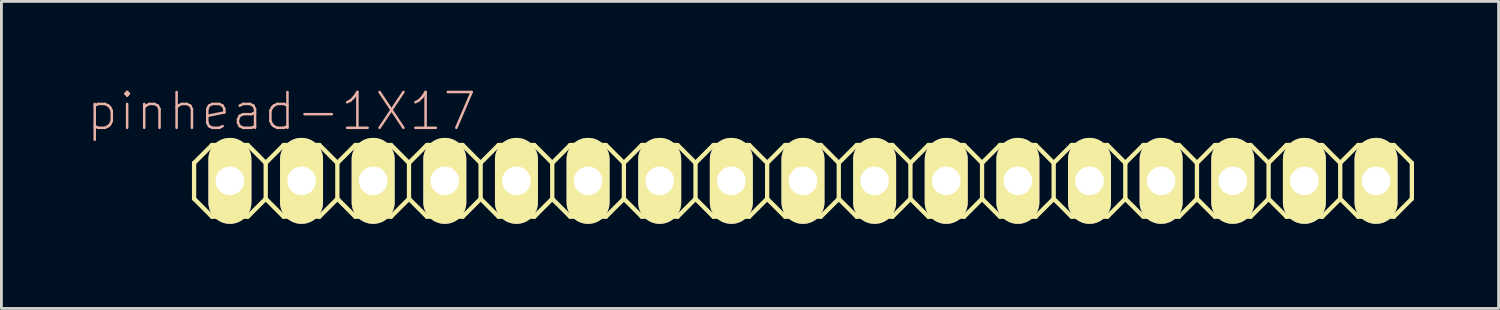
<source format=kicad_pcb>
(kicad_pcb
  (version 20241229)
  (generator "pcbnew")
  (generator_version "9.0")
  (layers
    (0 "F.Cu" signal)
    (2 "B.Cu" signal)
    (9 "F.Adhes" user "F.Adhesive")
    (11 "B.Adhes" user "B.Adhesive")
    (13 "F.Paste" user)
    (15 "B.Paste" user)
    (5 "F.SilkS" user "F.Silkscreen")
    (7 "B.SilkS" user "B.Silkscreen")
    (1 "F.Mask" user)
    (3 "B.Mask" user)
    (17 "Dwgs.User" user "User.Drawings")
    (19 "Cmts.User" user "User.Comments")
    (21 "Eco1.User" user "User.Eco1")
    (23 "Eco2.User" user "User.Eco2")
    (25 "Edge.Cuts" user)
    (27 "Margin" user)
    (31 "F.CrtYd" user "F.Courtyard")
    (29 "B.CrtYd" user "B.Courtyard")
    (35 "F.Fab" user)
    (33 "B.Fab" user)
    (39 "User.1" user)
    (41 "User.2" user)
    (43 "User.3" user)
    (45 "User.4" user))
  (footprint "pinhead-1X17"
    (layer "F.Cu")
    (at 25.422 3.363)
    (property "Reference" "pinhead-1X17" (at -18.491 -2.464 0) (layer "B.SilkS") (effects (font (size 1.27 1.27) (thickness 0.089))))
    (attr exclude_from_pos_files exclude_from_bom)
    (fp_line (start -21.59 -0.635) (end -21.59 0.635) (stroke (width 0.152) (type solid)) (layer "F.SilkS"))
    (fp_line (start -21.59 0.635) (end -20.955 1.27) (stroke (width 0.152) (type solid)) (layer "F.SilkS"))
    (fp_line (start -20.955 -1.27) (end -21.59 -0.635) (stroke (width 0.152) (type solid)) (layer "F.SilkS"))
    (fp_line (start -20.955 -1.27) (end -19.685 -1.27) (stroke (width 0.152) (type solid)) (layer "F.SilkS"))
    (fp_line (start -20.574 -0.254) (end -20.066 -0.254) (stroke (width 0.066) (type solid)) (layer "F.SilkS"))
    (fp_line (start -20.574 0.254) (end -20.574 -0.254) (stroke (width 0.066) (type solid)) (layer "F.SilkS"))
    (fp_line (start -20.574 0.254) (end -20.066 0.254) (stroke (width 0.066) (type solid)) (layer "F.SilkS"))
    (fp_line (start -20.066 0.254) (end -20.066 -0.254) (stroke (width 0.066) (type solid)) (layer "F.SilkS"))
    (fp_line (start -19.685 -1.27) (end -19.05 -0.635) (stroke (width 0.152) (type solid)) (layer "F.SilkS"))
    (fp_line (start -19.685 1.27) (end -20.955 1.27) (stroke (width 0.152) (type solid)) (layer "F.SilkS"))
    (fp_line (start -19.05 -0.635) (end -19.05 0.635) (stroke (width 0.152) (type solid)) (layer "F.SilkS"))
    (fp_line (start -19.05 -0.635) (end -18.415 -1.27) (stroke (width 0.152) (type solid)) (layer "F.SilkS"))
    (fp_line (start -19.05 0.635) (end -19.685 1.27) (stroke (width 0.152) (type solid)) (layer "F.SilkS"))
    (fp_line (start -18.415 -1.27) (end -17.145 -1.27) (stroke (width 0.152) (type solid)) (layer "F.SilkS"))
    (fp_line (start -18.415 1.27) (end -19.05 0.635) (stroke (width 0.152) (type solid)) (layer "F.SilkS"))
    (fp_line (start -18.034 -0.254) (end -17.523 -0.254) (stroke (width 0.066) (type solid)) (layer "F.SilkS"))
    (fp_line (start -18.034 0.254) (end -18.034 -0.254) (stroke (width 0.066) (type solid)) (layer "F.SilkS"))
    (fp_line (start -18.034 0.254) (end -17.523 0.254) (stroke (width 0.066) (type solid)) (layer "F.SilkS"))
    (fp_line (start -17.523 0.254) (end -17.523 -0.254) (stroke (width 0.066) (type solid)) (layer "F.SilkS"))
    (fp_line (start -17.145 -1.27) (end -16.51 -0.635) (stroke (width 0.152) (type solid)) (layer "F.SilkS"))
    (fp_line (start -17.145 1.27) (end -18.415 1.27) (stroke (width 0.152) (type solid)) (layer "F.SilkS"))
    (fp_line (start -16.51 -0.635) (end -16.51 0.635) (stroke (width 0.152) (type solid)) (layer "F.SilkS"))
    (fp_line (start -16.51 -0.635) (end -15.875 -1.27) (stroke (width 0.152) (type solid)) (layer "F.SilkS"))
    (fp_line (start -16.51 0.635) (end -17.145 1.27) (stroke (width 0.152) (type solid)) (layer "F.SilkS"))
    (fp_line (start -15.875 -1.27) (end -14.605 -1.27) (stroke (width 0.152) (type solid)) (layer "F.SilkS"))
    (fp_line (start -15.875 1.27) (end -16.51 0.635) (stroke (width 0.152) (type solid)) (layer "F.SilkS"))
    (fp_line (start -15.494 -0.254) (end -14.986 -0.254) (stroke (width 0.066) (type solid)) (layer "F.SilkS"))
    (fp_line (start -15.494 0.254) (end -15.494 -0.254) (stroke (width 0.066) (type solid)) (layer "F.SilkS"))
    (fp_line (start -15.494 0.254) (end -14.986 0.254) (stroke (width 0.066) (type solid)) (layer "F.SilkS"))
    (fp_line (start -14.986 0.254) (end -14.986 -0.254) (stroke (width 0.066) (type solid)) (layer "F.SilkS"))
    (fp_line (start -14.605 -1.27) (end -13.97 -0.635) (stroke (width 0.152) (type solid)) (layer "F.SilkS"))
    (fp_line (start -14.605 1.27) (end -15.875 1.27) (stroke (width 0.152) (type solid)) (layer "F.SilkS"))
    (fp_line (start -13.97 -0.635) (end -13.97 0.635) (stroke (width 0.152) (type solid)) (layer "F.SilkS"))
    (fp_line (start -13.97 0.635) (end -14.605 1.27) (stroke (width 0.152) (type solid)) (layer "F.SilkS"))
    (fp_line (start -13.97 0.635) (end -13.335 1.27) (stroke (width 0.152) (type solid)) (layer "F.SilkS"))
    (fp_line (start -13.335 -1.27) (end -13.97 -0.635) (stroke (width 0.152) (type solid)) (layer "F.SilkS"))
    (fp_line (start -13.335 -1.27) (end -12.065 -1.27) (stroke (width 0.152) (type solid)) (layer "F.SilkS"))
    (fp_line (start -12.954 -0.254) (end -12.446 -0.254) (stroke (width 0.066) (type solid)) (layer "F.SilkS"))
    (fp_line (start -12.954 0.254) (end -12.954 -0.254) (stroke (width 0.066) (type solid)) (layer "F.SilkS"))
    (fp_line (start -12.954 0.254) (end -12.446 0.254) (stroke (width 0.066) (type solid)) (layer "F.SilkS"))
    (fp_line (start -12.446 0.254) (end -12.446 -0.254) (stroke (width 0.066) (type solid)) (layer "F.SilkS"))
    (fp_line (start -12.065 -1.27) (end -11.43 -0.635) (stroke (width 0.152) (type solid)) (layer "F.SilkS"))
    (fp_line (start -12.065 1.27) (end -13.335 1.27) (stroke (width 0.152) (type solid)) (layer "F.SilkS"))
    (fp_line (start -11.43 -0.635) (end -11.43 0.635) (stroke (width 0.152) (type solid)) (layer "F.SilkS"))
    (fp_line (start -11.43 -0.635) (end -10.795 -1.27) (stroke (width 0.152) (type solid)) (layer "F.SilkS"))
    (fp_line (start -11.43 0.635) (end -12.065 1.27) (stroke (width 0.152) (type solid)) (layer "F.SilkS"))
    (fp_line (start -10.795 -1.27) (end -9.525 -1.27) (stroke (width 0.152) (type solid)) (layer "F.SilkS"))
    (fp_line (start -10.795 1.27) (end -11.43 0.635) (stroke (width 0.152) (type solid)) (layer "F.SilkS"))
    (fp_line (start -10.414 -0.254) (end -9.906 -0.254) (stroke (width 0.066) (type solid)) (layer "F.SilkS"))
    (fp_line (start -10.414 0.254) (end -10.414 -0.254) (stroke (width 0.066) (type solid)) (layer "F.SilkS"))
    (fp_line (start -10.414 0.254) (end -9.906 0.254) (stroke (width 0.066) (type solid)) (layer "F.SilkS"))
    (fp_line (start -9.906 0.254) (end -9.906 -0.254) (stroke (width 0.066) (type solid)) (layer "F.SilkS"))
    (fp_line (start -9.525 -1.27) (end -8.89 -0.635) (stroke (width 0.152) (type solid)) (layer "F.SilkS"))
    (fp_line (start -9.525 1.27) (end -10.795 1.27) (stroke (width 0.152) (type solid)) (layer "F.SilkS"))
    (fp_line (start -8.89 -0.635) (end -8.89 0.635) (stroke (width 0.152) (type solid)) (layer "F.SilkS"))
    (fp_line (start -8.89 -0.635) (end -8.255 -1.27) (stroke (width 0.152) (type solid)) (layer "F.SilkS"))
    (fp_line (start -8.89 0.635) (end -9.525 1.27) (stroke (width 0.152) (type solid)) (layer "F.SilkS"))
    (fp_line (start -8.255 -1.27) (end -6.985 -1.27) (stroke (width 0.152) (type solid)) (layer "F.SilkS"))
    (fp_line (start -8.255 1.27) (end -8.89 0.635) (stroke (width 0.152) (type solid)) (layer "F.SilkS"))
    (fp_line (start -7.874 -0.254) (end -7.366 -0.254) (stroke (width 0.066) (type solid)) (layer "F.SilkS"))
    (fp_line (start -7.874 0.254) (end -7.874 -0.254) (stroke (width 0.066) (type solid)) (layer "F.SilkS"))
    (fp_line (start -7.874 0.254) (end -7.366 0.254) (stroke (width 0.066) (type solid)) (layer "F.SilkS"))
    (fp_line (start -7.366 0.254) (end -7.366 -0.254) (stroke (width 0.066) (type solid)) (layer "F.SilkS"))
    (fp_line (start -6.985 -1.27) (end -6.35 -0.635) (stroke (width 0.152) (type solid)) (layer "F.SilkS"))
    (fp_line (start -6.985 1.27) (end -8.255 1.27) (stroke (width 0.152) (type solid)) (layer "F.SilkS"))
    (fp_line (start -6.35 -0.635) (end -6.35 0.635) (stroke (width 0.152) (type solid)) (layer "F.SilkS"))
    (fp_line (start -6.35 0.635) (end -6.985 1.27) (stroke (width 0.152) (type solid)) (layer "F.SilkS"))
    (fp_line (start -6.35 0.635) (end -5.715 1.27) (stroke (width 0.152) (type solid)) (layer "F.SilkS"))
    (fp_line (start -5.715 -1.27) (end -6.35 -0.635) (stroke (width 0.152) (type solid)) (layer "F.SilkS"))
    (fp_line (start -5.715 -1.27) (end -4.445 -1.27) (stroke (width 0.152) (type solid)) (layer "F.SilkS"))
    (fp_line (start -5.334 -0.254) (end -4.826 -0.254) (stroke (width 0.066) (type solid)) (layer "F.SilkS"))
    (fp_line (start -5.334 0.254) (end -5.334 -0.254) (stroke (width 0.066) (type solid)) (layer "F.SilkS"))
    (fp_line (start -5.334 0.254) (end -4.826 0.254) (stroke (width 0.066) (type solid)) (layer "F.SilkS"))
    (fp_line (start -4.826 0.254) (end -4.826 -0.254) (stroke (width 0.066) (type solid)) (layer "F.SilkS"))
    (fp_line (start -4.445 -1.27) (end -3.81 -0.635) (stroke (width 0.152) (type solid)) (layer "F.SilkS"))
    (fp_line (start -4.445 1.27) (end -5.715 1.27) (stroke (width 0.152) (type solid)) (layer "F.SilkS"))
    (fp_line (start -3.81 -0.635) (end -3.81 0.635) (stroke (width 0.152) (type solid)) (layer "F.SilkS"))
    (fp_line (start -3.81 -0.635) (end -3.175 -1.27) (stroke (width 0.152) (type solid)) (layer "F.SilkS"))
    (fp_line (start -3.81 0.635) (end -4.445 1.27) (stroke (width 0.152) (type solid)) (layer "F.SilkS"))
    (fp_line (start -3.175 -1.27) (end -1.905 -1.27) (stroke (width 0.152) (type solid)) (layer "F.SilkS"))
    (fp_line (start -3.175 1.27) (end -3.81 0.635) (stroke (width 0.152) (type solid)) (layer "F.SilkS"))
    (fp_line (start -2.794 -0.254) (end -2.286 -0.254) (stroke (width 0.066) (type solid)) (layer "F.SilkS"))
    (fp_line (start -2.794 0.254) (end -2.794 -0.254) (stroke (width 0.066) (type solid)) (layer "F.SilkS"))
    (fp_line (start -2.794 0.254) (end -2.286 0.254) (stroke (width 0.066) (type solid)) (layer "F.SilkS"))
    (fp_line (start -2.286 0.254) (end -2.286 -0.254) (stroke (width 0.066) (type solid)) (layer "F.SilkS"))
    (fp_line (start -1.905 -1.27) (end -1.27 -0.635) (stroke (width 0.152) (type solid)) (layer "F.SilkS"))
    (fp_line (start -1.905 1.27) (end -3.175 1.27) (stroke (width 0.152) (type solid)) (layer "F.SilkS"))
    (fp_line (start -1.27 -0.635) (end -1.27 0.635) (stroke (width 0.152) (type solid)) (layer "F.SilkS"))
    (fp_line (start -1.27 -0.635) (end -0.635 -1.27) (stroke (width 0.152) (type solid)) (layer "F.SilkS"))
    (fp_line (start -1.27 0.635) (end -1.905 1.27) (stroke (width 0.152) (type solid)) (layer "F.SilkS"))
    (fp_line (start -0.635 -1.27) (end 0.635 -1.27) (stroke (width 0.152) (type solid)) (layer "F.SilkS"))
    (fp_line (start -0.635 1.27) (end -1.27 0.635) (stroke (width 0.152) (type solid)) (layer "F.SilkS"))
    (fp_line (start -0.254 -0.254) (end 0.254 -0.254) (stroke (width 0.066) (type solid)) (layer "F.SilkS"))
    (fp_line (start -0.254 0.254) (end -0.254 -0.254) (stroke (width 0.066) (type solid)) (layer "F.SilkS"))
    (fp_line (start -0.254 0.254) (end 0.254 0.254) (stroke (width 0.066) (type solid)) (layer "F.SilkS"))
    (fp_line (start 0.254 0.254) (end 0.254 -0.254) (stroke (width 0.066) (type solid)) (layer "F.SilkS"))
    (fp_line (start 0.635 -1.27) (end 1.27 -0.635) (stroke (width 0.152) (type solid)) (layer "F.SilkS"))
    (fp_line (start 0.635 1.27) (end -0.635 1.27) (stroke (width 0.152) (type solid)) (layer "F.SilkS"))
    (fp_line (start 1.27 -0.635) (end 1.27 0.635) (stroke (width 0.152) (type solid)) (layer "F.SilkS"))
    (fp_line (start 1.27 0.635) (end 0.635 1.27) (stroke (width 0.152) (type solid)) (layer "F.SilkS"))
    (fp_line (start 1.27 0.635) (end 1.905 1.27) (stroke (width 0.152) (type solid)) (layer "F.SilkS"))
    (fp_line (start 1.905 -1.27) (end 1.27 -0.635) (stroke (width 0.152) (type solid)) (layer "F.SilkS"))
    (fp_line (start 1.905 -1.27) (end 3.175 -1.27) (stroke (width 0.152) (type solid)) (layer "F.SilkS"))
    (fp_line (start 2.286 -0.254) (end 2.794 -0.254) (stroke (width 0.066) (type solid)) (layer "F.SilkS"))
    (fp_line (start 2.286 0.254) (end 2.286 -0.254) (stroke (width 0.066) (type solid)) (layer "F.SilkS"))
    (fp_line (start 2.286 0.254) (end 2.794 0.254) (stroke (width 0.066) (type solid)) (layer "F.SilkS"))
    (fp_line (start 2.794 0.254) (end 2.794 -0.254) (stroke (width 0.066) (type solid)) (layer "F.SilkS"))
    (fp_line (start 3.175 -1.27) (end 3.81 -0.635) (stroke (width 0.152) (type solid)) (layer "F.SilkS"))
    (fp_line (start 3.175 1.27) (end 1.905 1.27) (stroke (width 0.152) (type solid)) (layer "F.SilkS"))
    (fp_line (start 3.81 -0.635) (end 3.81 0.635) (stroke (width 0.152) (type solid)) (layer "F.SilkS"))
    (fp_line (start 3.81 -0.635) (end 4.445 -1.27) (stroke (width 0.152) (type solid)) (layer "F.SilkS"))
    (fp_line (start 3.81 0.635) (end 3.175 1.27) (stroke (width 0.152) (type solid)) (layer "F.SilkS"))
    (fp_line (start 4.445 -1.27) (end 5.715 -1.27) (stroke (width 0.152) (type solid)) (layer "F.SilkS"))
    (fp_line (start 4.445 1.27) (end 3.81 0.635) (stroke (width 0.152) (type solid)) (layer "F.SilkS"))
    (fp_line (start 4.826 -0.254) (end 5.334 -0.254) (stroke (width 0.066) (type solid)) (layer "F.SilkS"))
    (fp_line (start 4.826 0.254) (end 4.826 -0.254) (stroke (width 0.066) (type solid)) (layer "F.SilkS"))
    (fp_line (start 4.826 0.254) (end 5.334 0.254) (stroke (width 0.066) (type solid)) (layer "F.SilkS"))
    (fp_line (start 5.334 0.254) (end 5.334 -0.254) (stroke (width 0.066) (type solid)) (layer "F.SilkS"))
    (fp_line (start 5.715 -1.27) (end 6.35 -0.635) (stroke (width 0.152) (type solid)) (layer "F.SilkS"))
    (fp_line (start 5.715 1.27) (end 4.445 1.27) (stroke (width 0.152) (type solid)) (layer "F.SilkS"))
    (fp_line (start 6.35 -0.635) (end 6.35 0.635) (stroke (width 0.152) (type solid)) (layer "F.SilkS"))
    (fp_line (start 6.35 -0.635) (end 6.985 -1.27) (stroke (width 0.152) (type solid)) (layer "F.SilkS"))
    (fp_line (start 6.35 0.635) (end 5.715 1.27) (stroke (width 0.152) (type solid)) (layer "F.SilkS"))
    (fp_line (start 6.985 -1.27) (end 8.255 -1.27) (stroke (width 0.152) (type solid)) (layer "F.SilkS"))
    (fp_line (start 6.985 1.27) (end 6.35 0.635) (stroke (width 0.152) (type solid)) (layer "F.SilkS"))
    (fp_line (start 7.366 -0.254) (end 7.874 -0.254) (stroke (width 0.066) (type solid)) (layer "F.SilkS"))
    (fp_line (start 7.366 0.254) (end 7.366 -0.254) (stroke (width 0.066) (type solid)) (layer "F.SilkS"))
    (fp_line (start 7.366 0.254) (end 7.874 0.254) (stroke (width 0.066) (type solid)) (layer "F.SilkS"))
    (fp_line (start 7.874 0.254) (end 7.874 -0.254) (stroke (width 0.066) (type solid)) (layer "F.SilkS"))
    (fp_line (start 8.255 -1.27) (end 8.89 -0.635) (stroke (width 0.152) (type solid)) (layer "F.SilkS"))
    (fp_line (start 8.255 1.27) (end 6.985 1.27) (stroke (width 0.152) (type solid)) (layer "F.SilkS"))
    (fp_line (start 8.89 -0.635) (end 8.89 0.635) (stroke (width 0.152) (type solid)) (layer "F.SilkS"))
    (fp_line (start 8.89 0.635) (end 8.255 1.27) (stroke (width 0.152) (type solid)) (layer "F.SilkS"))
    (fp_line (start 8.89 0.635) (end 9.525 1.27) (stroke (width 0.152) (type solid)) (layer "F.SilkS"))
    (fp_line (start 9.525 -1.27) (end 8.89 -0.635) (stroke (width 0.152) (type solid)) (layer "F.SilkS"))
    (fp_line (start 9.525 -1.27) (end 10.795 -1.27) (stroke (width 0.152) (type solid)) (layer "F.SilkS"))
    (fp_line (start 9.906 -0.254) (end 10.414 -0.254) (stroke (width 0.066) (type solid)) (layer "F.SilkS"))
    (fp_line (start 9.906 0.254) (end 9.906 -0.254) (stroke (width 0.066) (type solid)) (layer "F.SilkS"))
    (fp_line (start 9.906 0.254) (end 10.414 0.254) (stroke (width 0.066) (type solid)) (layer "F.SilkS"))
    (fp_line (start 10.414 0.254) (end 10.414 -0.254) (stroke (width 0.066) (type solid)) (layer "F.SilkS"))
    (fp_line (start 10.795 -1.27) (end 11.43 -0.635) (stroke (width 0.152) (type solid)) (layer "F.SilkS"))
    (fp_line (start 10.795 1.27) (end 9.525 1.27) (stroke (width 0.152) (type solid)) (layer "F.SilkS"))
    (fp_line (start 11.43 -0.635) (end 11.43 0.635) (stroke (width 0.152) (type solid)) (layer "F.SilkS"))
    (fp_line (start 11.43 -0.635) (end 12.065 -1.27) (stroke (width 0.152) (type solid)) (layer "F.SilkS"))
    (fp_line (start 11.43 0.635) (end 10.795 1.27) (stroke (width 0.152) (type solid)) (layer "F.SilkS"))
    (fp_line (start 12.065 -1.27) (end 13.335 -1.27) (stroke (width 0.152) (type solid)) (layer "F.SilkS"))
    (fp_line (start 12.065 1.27) (end 11.43 0.635) (stroke (width 0.152) (type solid)) (layer "F.SilkS"))
    (fp_line (start 12.446 -0.254) (end 12.954 -0.254) (stroke (width 0.066) (type solid)) (layer "F.SilkS"))
    (fp_line (start 12.446 0.254) (end 12.446 -0.254) (stroke (width 0.066) (type solid)) (layer "F.SilkS"))
    (fp_line (start 12.446 0.254) (end 12.954 0.254) (stroke (width 0.066) (type solid)) (layer "F.SilkS"))
    (fp_line (start 12.954 0.254) (end 12.954 -0.254) (stroke (width 0.066) (type solid)) (layer "F.SilkS"))
    (fp_line (start 13.335 -1.27) (end 13.97 -0.635) (stroke (width 0.152) (type solid)) (layer "F.SilkS"))
    (fp_line (start 13.335 1.27) (end 12.065 1.27) (stroke (width 0.152) (type solid)) (layer "F.SilkS"))
    (fp_line (start 13.97 -0.635) (end 13.97 0.635) (stroke (width 0.152) (type solid)) (layer "F.SilkS"))
    (fp_line (start 13.97 -0.635) (end 14.605 -1.27) (stroke (width 0.152) (type solid)) (layer "F.SilkS"))
    (fp_line (start 13.97 0.635) (end 13.335 1.27) (stroke (width 0.152) (type solid)) (layer "F.SilkS"))
    (fp_line (start 14.605 -1.27) (end 15.875 -1.27) (stroke (width 0.152) (type solid)) (layer "F.SilkS"))
    (fp_line (start 14.605 1.27) (end 13.97 0.635) (stroke (width 0.152) (type solid)) (layer "F.SilkS"))
    (fp_line (start 14.986 -0.254) (end 15.494 -0.254) (stroke (width 0.066) (type solid)) (layer "F.SilkS"))
    (fp_line (start 14.986 0.254) (end 14.986 -0.254) (stroke (width 0.066) (type solid)) (layer "F.SilkS"))
    (fp_line (start 14.986 0.254) (end 15.494 0.254) (stroke (width 0.066) (type solid)) (layer "F.SilkS"))
    (fp_line (start 15.494 0.254) (end 15.494 -0.254) (stroke (width 0.066) (type solid)) (layer "F.SilkS"))
    (fp_line (start 15.875 -1.27) (end 16.51 -0.635) (stroke (width 0.152) (type solid)) (layer "F.SilkS"))
    (fp_line (start 15.875 1.27) (end 14.605 1.27) (stroke (width 0.152) (type solid)) (layer "F.SilkS"))
    (fp_line (start 16.51 -0.635) (end 16.51 0.635) (stroke (width 0.152) (type solid)) (layer "F.SilkS"))
    (fp_line (start 16.51 0.635) (end 15.875 1.27) (stroke (width 0.152) (type solid)) (layer "F.SilkS"))
    (fp_line (start 16.51 0.635) (end 17.145 1.27) (stroke (width 0.152) (type solid)) (layer "F.SilkS"))
    (fp_line (start 17.145 -1.27) (end 16.51 -0.635) (stroke (width 0.152) (type solid)) (layer "F.SilkS"))
    (fp_line (start 17.145 -1.27) (end 18.415 -1.27) (stroke (width 0.152) (type solid)) (layer "F.SilkS"))
    (fp_line (start 17.523 -0.254) (end 18.034 -0.254) (stroke (width 0.066) (type solid)) (layer "F.SilkS"))
    (fp_line (start 17.523 0.254) (end 17.523 -0.254) (stroke (width 0.066) (type solid)) (layer "F.SilkS"))
    (fp_line (start 17.523 0.254) (end 18.034 0.254) (stroke (width 0.066) (type solid)) (layer "F.SilkS"))
    (fp_line (start 18.034 0.254) (end 18.034 -0.254) (stroke (width 0.066) (type solid)) (layer "F.SilkS"))
    (fp_line (start 18.415 -1.27) (end 19.05 -0.635) (stroke (width 0.152) (type solid)) (layer "F.SilkS"))
    (fp_line (start 18.415 1.27) (end 17.145 1.27) (stroke (width 0.152) (type solid)) (layer "F.SilkS"))
    (fp_line (start 19.05 -0.635) (end 19.05 0.635) (stroke (width 0.152) (type solid)) (layer "F.SilkS"))
    (fp_line (start 19.05 -0.635) (end 19.685 -1.27) (stroke (width 0.152) (type solid)) (layer "F.SilkS"))
    (fp_line (start 19.05 0.635) (end 18.415 1.27) (stroke (width 0.152) (type solid)) (layer "F.SilkS"))
    (fp_line (start 19.685 -1.27) (end 20.955 -1.27) (stroke (width 0.152) (type solid)) (layer "F.SilkS"))
    (fp_line (start 19.685 1.27) (end 19.05 0.635) (stroke (width 0.152) (type solid)) (layer "F.SilkS"))
    (fp_line (start 20.066 -0.254) (end 20.574 -0.254) (stroke (width 0.066) (type solid)) (layer "F.SilkS"))
    (fp_line (start 20.066 0.254) (end 20.066 -0.254) (stroke (width 0.066) (type solid)) (layer "F.SilkS"))
    (fp_line (start 20.066 0.254) (end 20.574 0.254) (stroke (width 0.066) (type solid)) (layer "F.SilkS"))
    (fp_line (start 20.574 0.254) (end 20.574 -0.254) (stroke (width 0.066) (type solid)) (layer "F.SilkS"))
    (fp_line (start 20.955 -1.27) (end 21.59 -0.635) (stroke (width 0.152) (type solid)) (layer "F.SilkS"))
    (fp_line (start 20.955 1.27) (end 19.685 1.27) (stroke (width 0.152) (type solid)) (layer "F.SilkS"))
    (fp_line (start 21.59 -0.635) (end 21.59 0.635) (stroke (width 0.152) (type solid)) (layer "F.SilkS"))
    (fp_line (start 21.59 0.635) (end 20.955 1.27) (stroke (width 0.152) (type solid)) (layer "F.SilkS"))
    (pad "1" thru_hole oval (at -20.32 0) (size 1.524 3.048) (drill 1.016) (layers "*.Cu" "F.Mask" "F.SilkS" "F.Paste"))
    (pad "2" thru_hole oval (at -17.78 0) (size 1.524 3.048) (drill 1.016) (layers "*.Cu" "F.Mask" "F.SilkS" "F.Paste"))
    (pad "3" thru_hole oval (at -15.24 0) (size 1.524 3.048) (drill 1.016) (layers "*.Cu" "F.Mask" "F.SilkS" "F.Paste"))
    (pad "4" thru_hole oval (at -12.7 0) (size 1.524 3.048) (drill 1.016) (layers "*.Cu" "F.Mask" "F.SilkS" "F.Paste"))
    (pad "5" thru_hole oval (at -10.16 0) (size 1.524 3.048) (drill 1.016) (layers "*.Cu" "F.Mask" "F.SilkS" "F.Paste"))
    (pad "6" thru_hole oval (at -7.62 0) (size 1.524 3.048) (drill 1.016) (layers "*.Cu" "F.Mask" "F.SilkS" "F.Paste"))
    (pad "7" thru_hole oval (at -5.08 0) (size 1.524 3.048) (drill 1.016) (layers "*.Cu" "F.Mask" "F.SilkS" "F.Paste"))
    (pad "8" thru_hole oval (at -2.54 0) (size 1.524 3.048) (drill 1.016) (layers "*.Cu" "F.Mask" "F.SilkS" "F.Paste"))
    (pad "9" thru_hole oval (at 0 0) (size 1.524 3.048) (drill 1.016) (layers "*.Cu" "F.Mask" "F.SilkS" "F.Paste"))
    (pad "10" thru_hole oval (at 2.54 0) (size 1.524 3.048) (drill 1.016) (layers "*.Cu" "F.Mask" "F.SilkS" "F.Paste"))
    (pad "11" thru_hole oval (at 5.08 0) (size 1.524 3.048) (drill 1.016) (layers "*.Cu" "F.Mask" "F.SilkS" "F.Paste"))
    (pad "12" thru_hole oval (at 7.62 0) (size 1.524 3.048) (drill 1.016) (layers "*.Cu" "F.Mask" "F.SilkS" "F.Paste"))
    (pad "13" thru_hole oval (at 10.16 0) (size 1.524 3.048) (drill 1.016) (layers "*.Cu" "F.Mask" "F.SilkS" "F.Paste"))
    (pad "14" thru_hole oval (at 12.7 0) (size 1.524 3.048) (drill 1.016) (layers "*.Cu" "F.Mask" "F.SilkS" "F.Paste"))
    (pad "15" thru_hole oval (at 15.24 0) (size 1.524 3.048) (drill 1.016) (layers "*.Cu" "F.Mask" "F.SilkS" "F.Paste"))
    (pad "16" thru_hole oval (at 17.78 0) (size 1.524 3.048) (drill 1.016) (layers "*.Cu" "F.Mask" "F.SilkS" "F.Paste"))
    (pad "17" thru_hole oval (at 20.32 0) (size 1.524 3.048) (drill 1.016) (layers "*.Cu" "F.Mask" "F.SilkS" "F.Paste")))
  (gr_rect
    (start -3 -3)
    (end 50.088 7.887)
    (stroke (width 0.1) (type default))
    (fill no)
    (layer "Edge.Cuts")))
</source>
